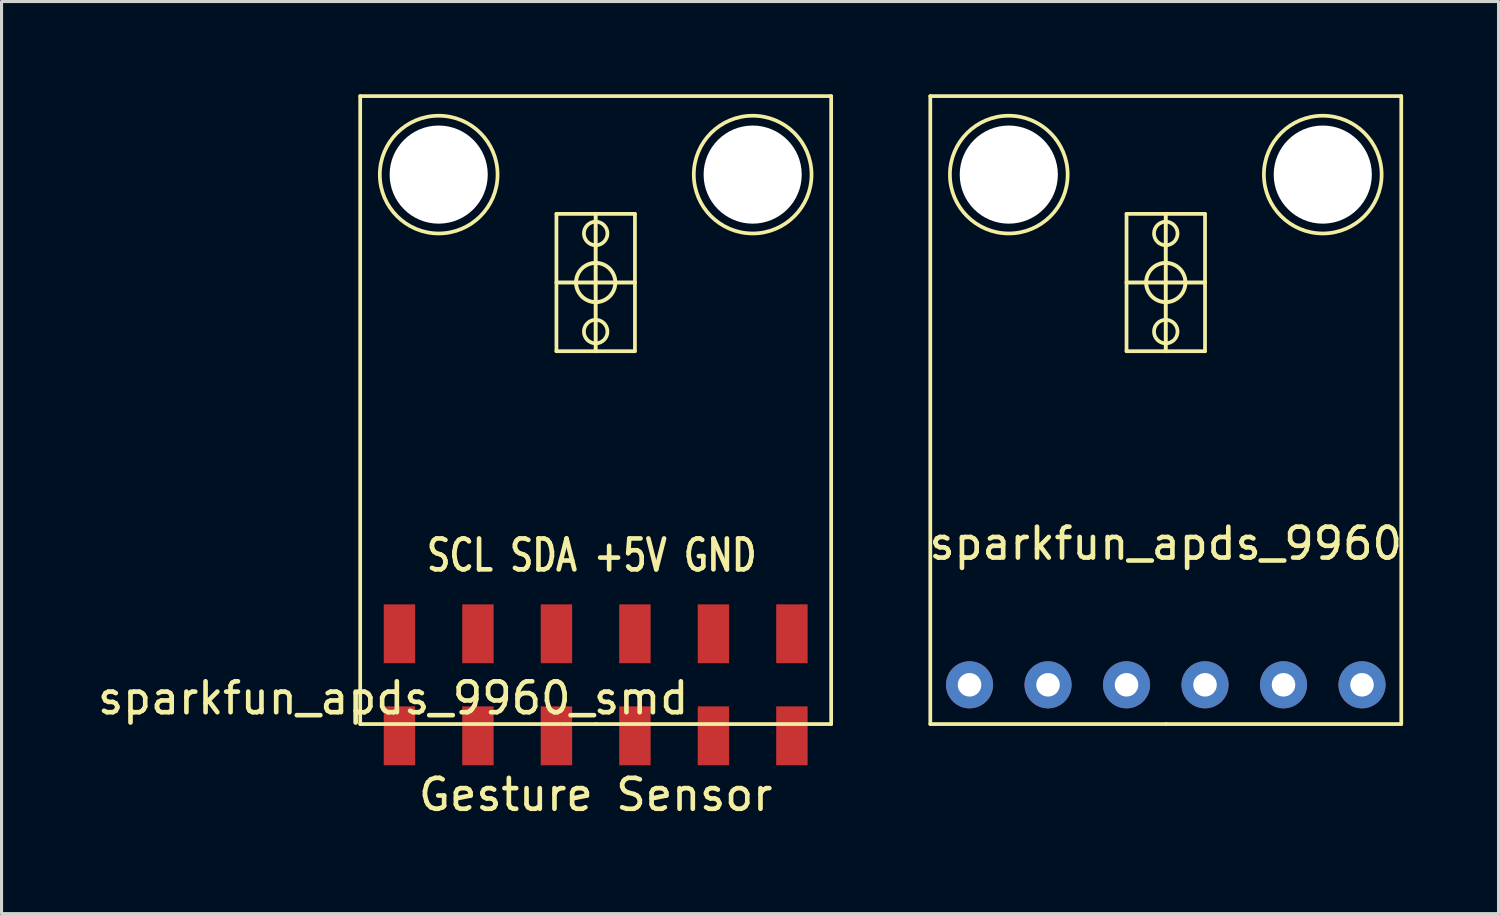
<source format=kicad_pcb>
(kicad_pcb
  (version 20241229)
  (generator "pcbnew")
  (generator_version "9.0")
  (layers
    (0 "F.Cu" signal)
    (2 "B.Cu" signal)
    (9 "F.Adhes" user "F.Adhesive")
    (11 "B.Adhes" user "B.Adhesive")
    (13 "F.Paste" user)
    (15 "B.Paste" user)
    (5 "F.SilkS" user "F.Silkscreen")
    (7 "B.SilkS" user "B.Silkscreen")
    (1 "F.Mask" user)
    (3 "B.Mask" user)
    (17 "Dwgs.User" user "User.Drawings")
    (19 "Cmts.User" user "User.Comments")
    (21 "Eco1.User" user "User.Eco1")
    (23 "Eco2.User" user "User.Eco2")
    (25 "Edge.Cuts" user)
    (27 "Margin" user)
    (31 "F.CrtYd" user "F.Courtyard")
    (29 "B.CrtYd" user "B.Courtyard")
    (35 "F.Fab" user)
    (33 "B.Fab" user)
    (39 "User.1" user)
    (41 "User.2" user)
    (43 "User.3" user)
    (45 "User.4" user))
  (footprint "sparkfun_apds_9960_smd"
    (layer "F.Cu")
    (at 16.226 19.11)
    (property "Reference" "sparkfun_apds_9960_smd" (at -6.553 0.432 180) (layer "F.SilkS") (effects (font (size 1 1) (thickness 0.15))))
    (attr through_hole)
    (fp_line (start -7.62 -19.05) (end 7.62 -19.05) (stroke (width 0.12) (type solid)) (layer "F.SilkS"))
    (fp_line (start -7.62 1.27) (end -7.62 -19.05) (stroke (width 0.12) (type solid)) (layer "F.SilkS"))
    (fp_line (start -1.27 -15.24) (end 1.27 -15.24) (stroke (width 0.12) (type solid)) (layer "F.SilkS"))
    (fp_line (start -1.27 -13.018) (end 1.27 -13.018) (stroke (width 0.127) (type solid)) (layer "F.SilkS"))
    (fp_line (start -1.27 -10.795) (end -1.27 -15.24) (stroke (width 0.12) (type solid)) (layer "F.SilkS"))
    (fp_line (start 0 -15.24) (end 0 -10.795) (stroke (width 0.127) (type solid)) (layer "F.SilkS"))
    (fp_line (start 0 1.27) (end -7.62 1.27) (stroke (width 0.12) (type solid)) (layer "F.SilkS"))
    (fp_line (start 1.27 -15.24) (end 1.27 -10.795) (stroke (width 0.12) (type solid)) (layer "F.SilkS"))
    (fp_line (start 1.27 -10.795) (end -1.27 -10.795) (stroke (width 0.12) (type solid)) (layer "F.SilkS"))
    (fp_line (start 7.62 -19.05) (end 7.62 1.27) (stroke (width 0.12) (type solid)) (layer "F.SilkS"))
    (fp_line (start 7.62 1.27) (end 0 1.27) (stroke (width 0.12) (type solid)) (layer "F.SilkS"))
    (fp_circle (center -5.08 -16.51) (end -5.08 -18.415) (stroke (width 0.12) (type solid)) (fill no) (layer "F.SilkS"))
    (fp_circle (center 0 -14.605) (end 0.381 -14.605) (stroke (width 0.12) (type solid)) (fill no) (layer "F.SilkS"))
    (fp_circle (center 0 -13.018) (end 0.635 -13.018) (stroke (width 0.127) (type solid)) (fill no) (layer "F.SilkS"))
    (fp_circle (center 0 -11.43) (end 0.381 -11.43) (stroke (width 0.12) (type solid)) (fill no) (layer "F.SilkS"))
    (fp_circle (center 5.08 -16.51) (end 5.08 -18.415) (stroke (width 0.12) (type solid)) (fill no) (layer "F.SilkS"))
    (fp_text user "Gesture Sensor" (at 0 3.556 0) (layer "F.SilkS") (effects (font (size 1 1) (thickness 0.15))))
    (fp_text user "SCL SDA +5V GND" (at -0.127 -4.191 0) (layer "F.SilkS") (effects (font (size 1 0.762) (thickness 0.15))))
    (pad "" np_thru_hole circle (at -5.08 -16.51) (size 3.175 3.175) (drill 3.175) (layers "*.Cu" "*.Mask"))
    (pad "" np_thru_hole circle (at 5.08 -16.51) (size 3.175 3.175) (drill 3.175) (layers "*.Cu" "*.Mask"))
    (pad "1" smd rect (at -6.35 -1.651) (size 1.016 1.905) (layers "F.Cu" "F.Mask" "F.Paste"))
    (pad "1" smd rect (at -6.35 1.651) (size 1.016 1.905) (layers "F.Cu" "F.Mask" "F.Paste"))
    (pad "2" smd rect (at -3.81 -1.651) (size 1.016 1.905) (layers "F.Cu" "F.Mask" "F.Paste"))
    (pad "2" smd rect (at -3.81 1.651) (size 1.016 1.905) (layers "F.Cu" "F.Mask" "F.Paste"))
    (pad "3" smd rect (at -1.27 -1.651) (size 1.016 1.905) (layers "F.Cu" "F.Mask" "F.Paste"))
    (pad "3" smd rect (at -1.27 1.651) (size 1.016 1.905) (layers "F.Cu" "F.Mask" "F.Paste"))
    (pad "4" smd rect (at 1.27 -1.651) (size 1.016 1.905) (layers "F.Cu" "F.Mask" "F.Paste"))
    (pad "4" smd rect (at 1.27 1.651) (size 1.016 1.905) (layers "F.Cu" "F.Mask" "F.Paste"))
    (pad "5" smd rect (at 3.81 -1.651) (size 1.016 1.905) (layers "F.Cu" "F.Mask" "F.Paste"))
    (pad "5" smd rect (at 3.81 1.651) (size 1.016 1.905) (layers "F.Cu" "F.Mask" "F.Paste"))
    (pad "6" smd rect (at 6.35 -1.651) (size 1.016 1.905) (layers "F.Cu" "F.Mask" "F.Paste"))
    (pad "6" smd rect (at 6.35 1.651) (size 1.016 1.905) (layers "F.Cu" "F.Mask" "F.Paste")))
  (footprint "sparkfun_apds_9960"
    (layer "F.Cu")
    (at 34.674 19.11)
    (property "Reference" "sparkfun_apds_9960" (at 0 -4.572 0) (layer "F.SilkS") (effects (font (size 1 1) (thickness 0.15))))
    (attr through_hole)
    (fp_line (start -7.62 -19.05) (end 7.62 -19.05) (stroke (width 0.12) (type solid)) (layer "F.SilkS"))
    (fp_line (start -7.62 1.27) (end -7.62 -19.05) (stroke (width 0.12) (type solid)) (layer "F.SilkS"))
    (fp_line (start -1.27 -15.24) (end 1.27 -15.24) (stroke (width 0.12) (type solid)) (layer "F.SilkS"))
    (fp_line (start -1.27 -13.018) (end 1.27 -13.018) (stroke (width 0.127) (type solid)) (layer "F.SilkS"))
    (fp_line (start -1.27 -10.795) (end -1.27 -15.24) (stroke (width 0.12) (type solid)) (layer "F.SilkS"))
    (fp_line (start 0 -15.24) (end 0 -10.795) (stroke (width 0.127) (type solid)) (layer "F.SilkS"))
    (fp_line (start 0 1.27) (end -7.62 1.27) (stroke (width 0.12) (type solid)) (layer "F.SilkS"))
    (fp_line (start 1.27 -15.24) (end 1.27 -10.795) (stroke (width 0.12) (type solid)) (layer "F.SilkS"))
    (fp_line (start 1.27 -10.795) (end -1.27 -10.795) (stroke (width 0.12) (type solid)) (layer "F.SilkS"))
    (fp_line (start 7.62 -19.05) (end 7.62 1.27) (stroke (width 0.12) (type solid)) (layer "F.SilkS"))
    (fp_line (start 7.62 1.27) (end 0 1.27) (stroke (width 0.12) (type solid)) (layer "F.SilkS"))
    (fp_circle (center -5.08 -16.51) (end -5.08 -18.415) (stroke (width 0.12) (type solid)) (fill no) (layer "F.SilkS"))
    (fp_circle (center 0 -14.605) (end 0.381 -14.605) (stroke (width 0.12) (type solid)) (fill no) (layer "F.SilkS"))
    (fp_circle (center 0 -13.018) (end 0.635 -13.018) (stroke (width 0.127) (type solid)) (fill no) (layer "F.SilkS"))
    (fp_circle (center 0 -11.43) (end 0.381 -11.43) (stroke (width 0.12) (type solid)) (fill no) (layer "F.SilkS"))
    (fp_circle (center 5.08 -16.51) (end 5.08 -18.415) (stroke (width 0.12) (type solid)) (fill no) (layer "F.SilkS"))
    (pad "" np_thru_hole circle (at -5.08 -16.51) (size 3.175 3.175) (drill 3.175) (layers "*.Cu" "*.Mask"))
    (pad "" np_thru_hole circle (at 5.08 -16.51) (size 3.175 3.175) (drill 3.175) (layers "*.Cu" "*.Mask"))
    (pad "1" thru_hole circle (at -6.35 0) (size 1.524 1.524) (drill 0.762) (layers "*.Cu" "*.Mask"))
    (pad "2" thru_hole circle (at -3.81 0) (size 1.524 1.524) (drill 0.762) (layers "*.Cu" "*.Mask"))
    (pad "3" thru_hole circle (at -1.27 0) (size 1.524 1.524) (drill 0.762) (layers "*.Cu" "*.Mask"))
    (pad "4" thru_hole circle (at 1.27 0) (size 1.524 1.524) (drill 0.762) (layers "*.Cu" "*.Mask"))
    (pad "5" thru_hole circle (at 3.81 0) (size 1.524 1.524) (drill 0.762) (layers "*.Cu" "*.Mask"))
    (pad "6" thru_hole circle (at 6.35 0) (size 1.524 1.524) (drill 0.762) (layers "*.Cu" "*.Mask")))
  (gr_rect
    (start -3 -3)
    (end 45.442 26.514)
    (stroke (width 0.1) (type default))
    (fill no)
    (layer "Edge.Cuts")))
</source>
